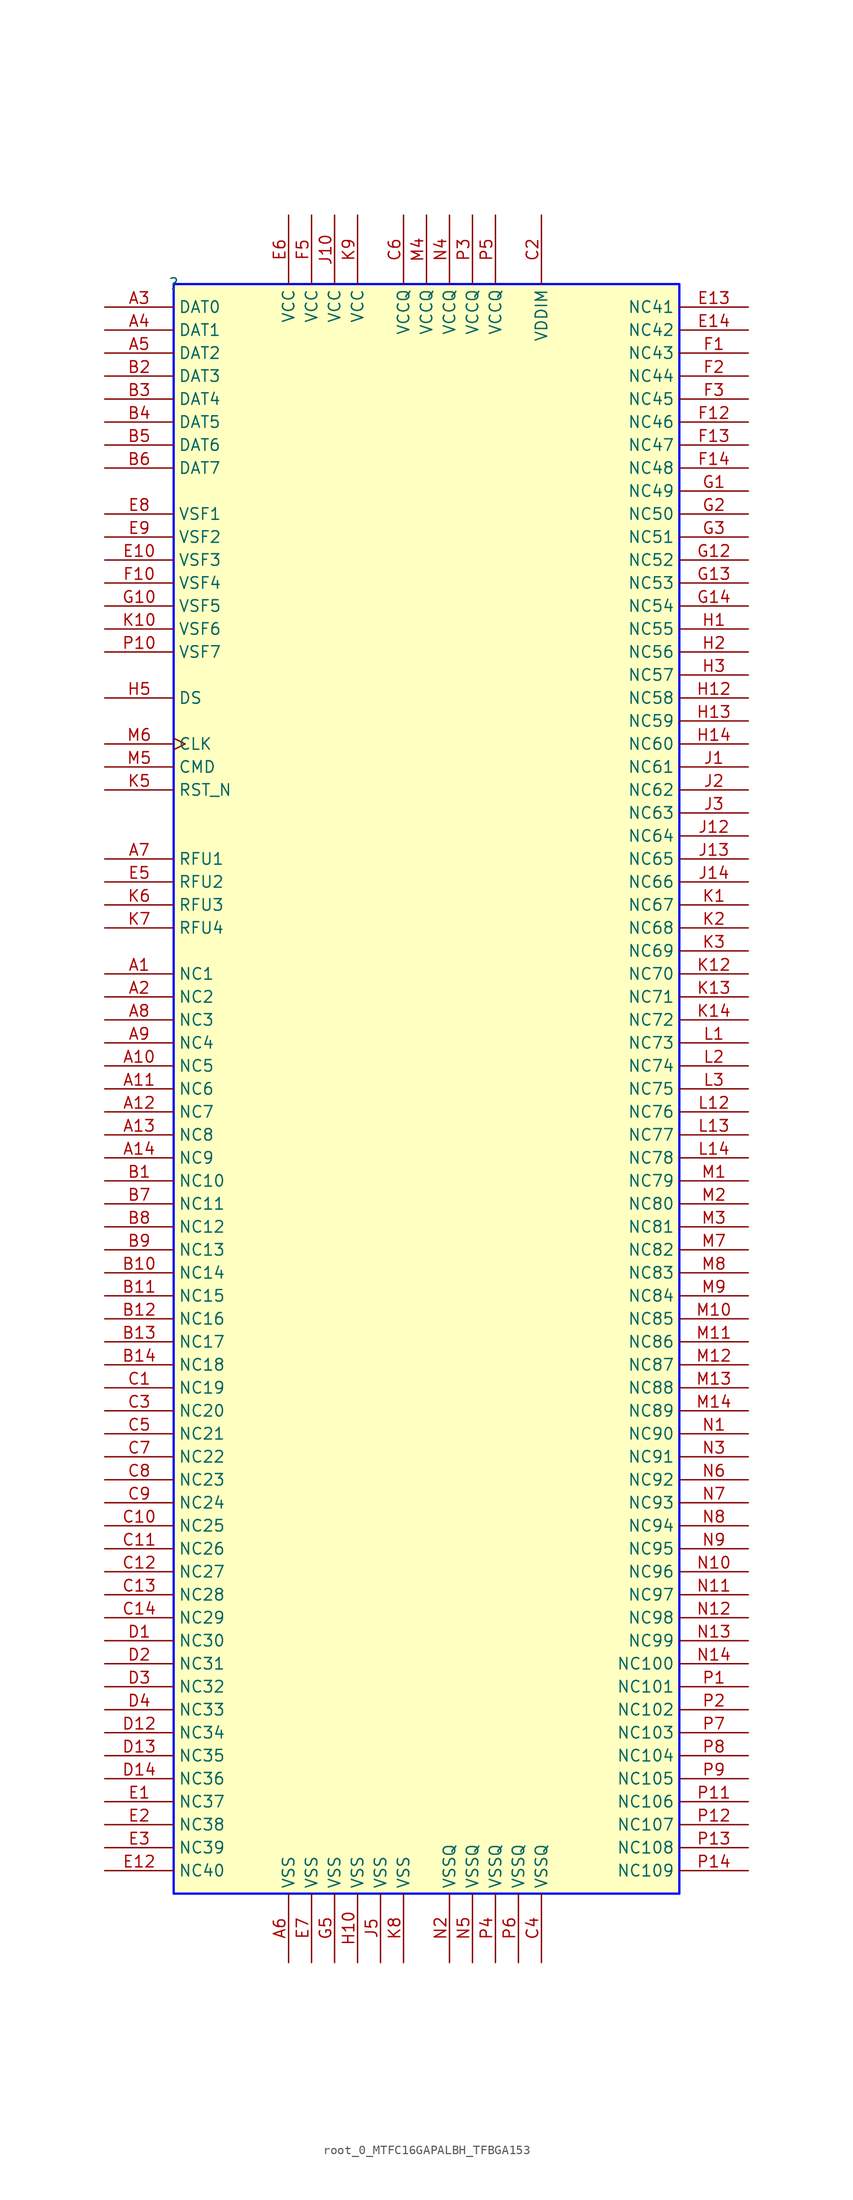
<source format=kicad_sym>
(kicad_symbol_lib
  (version 20231120)
  (generator "kicad_symbol_editor")
  (generator_version "8.0")
  (symbol "root_0_MTFC16GAPALBH_TFBGA153"
    (property "Reference" ""
      (at 0 0 0)
      (effects (font (size 1.27 1.27))))
    (property "Value" ""
      (at 0 0 0)
      (effects (font (size 1.27 1.27))))
    (symbol "root_0_MTFC16GAPALBH_TFBGA153_1_0"
      (rectangle (start 55.88 0) (end 0 -177.8) (stroke (width 0.254) (type solid) (color 0 11 255 1)) (fill (type background)))
      (pin passive line (at -7.62 -76.2 0) (length 7.62) (name "NC1" (effects (font (size 1.27 1.27)))) (number "A1" (effects (font (size 1.27 1.27)))))
      (pin passive line (at -7.62 -86.36 0) (length 7.62) (name "NC5" (effects (font (size 1.27 1.27)))) (number "A10" (effects (font (size 1.27 1.27)))))
      (pin passive line (at -7.62 -88.9 0) (length 7.62) (name "NC6" (effects (font (size 1.27 1.27)))) (number "A11" (effects (font (size 1.27 1.27)))))
      (pin passive line (at -7.62 -91.44 0) (length 7.62) (name "NC7" (effects (font (size 1.27 1.27)))) (number "A12" (effects (font (size 1.27 1.27)))))
      (pin passive line (at -7.62 -93.98 0) (length 7.62) (name "NC8" (effects (font (size 1.27 1.27)))) (number "A13" (effects (font (size 1.27 1.27)))))
      (pin passive line (at -7.62 -96.52 0) (length 7.62) (name "NC9" (effects (font (size 1.27 1.27)))) (number "A14" (effects (font (size 1.27 1.27)))))
      (pin passive line (at -7.62 -78.74 0) (length 7.62) (name "NC2" (effects (font (size 1.27 1.27)))) (number "A2" (effects (font (size 1.27 1.27)))))
      (pin bidirectional line (at -7.62 -2.54 0) (length 7.62) (name "DAT0" (effects (font (size 1.27 1.27)))) (number "A3" (effects (font (size 1.27 1.27)))))
      (pin bidirectional line (at -7.62 -5.08 0) (length 7.62) (name "DAT1" (effects (font (size 1.27 1.27)))) (number "A4" (effects (font (size 1.27 1.27)))))
      (pin bidirectional line (at -7.62 -7.62 0) (length 7.62) (name "DAT2" (effects (font (size 1.27 1.27)))) (number "A5" (effects (font (size 1.27 1.27)))))
      (pin power_in line (at 12.7 -185.42 90) (length 7.62) (name "VSS" (effects (font (size 1.27 1.27)))) (number "A6" (effects (font (size 1.27 1.27)))))
      (pin passive line (at -7.62 -63.5 0) (length 7.62) (name "RFU1" (effects (font (size 1.27 1.27)))) (number "A7" (effects (font (size 1.27 1.27)))))
      (pin passive line (at -7.62 -81.28 0) (length 7.62) (name "NC3" (effects (font (size 1.27 1.27)))) (number "A8" (effects (font (size 1.27 1.27)))))
      (pin passive line (at -7.62 -83.82 0) (length 7.62) (name "NC4" (effects (font (size 1.27 1.27)))) (number "A9" (effects (font (size 1.27 1.27)))))
      (pin passive line (at -7.62 -99.06 0) (length 7.62) (name "NC10" (effects (font (size 1.27 1.27)))) (number "B1" (effects (font (size 1.27 1.27)))))
      (pin passive line (at -7.62 -109.22 0) (length 7.62) (name "NC14" (effects (font (size 1.27 1.27)))) (number "B10" (effects (font (size 1.27 1.27)))))
      (pin passive line (at -7.62 -111.76 0) (length 7.62) (name "NC15" (effects (font (size 1.27 1.27)))) (number "B11" (effects (font (size 1.27 1.27)))))
      (pin passive line (at -7.62 -114.3 0) (length 7.62) (name "NC16" (effects (font (size 1.27 1.27)))) (number "B12" (effects (font (size 1.27 1.27)))))
      (pin passive line (at -7.62 -116.84 0) (length 7.62) (name "NC17" (effects (font (size 1.27 1.27)))) (number "B13" (effects (font (size 1.27 1.27)))))
      (pin passive line (at -7.62 -119.38 0) (length 7.62) (name "NC18" (effects (font (size 1.27 1.27)))) (number "B14" (effects (font (size 1.27 1.27)))))
      (pin bidirectional line (at -7.62 -10.16 0) (length 7.62) (name "DAT3" (effects (font (size 1.27 1.27)))) (number "B2" (effects (font (size 1.27 1.27)))))
      (pin bidirectional line (at -7.62 -12.7 0) (length 7.62) (name "DAT4" (effects (font (size 1.27 1.27)))) (number "B3" (effects (font (size 1.27 1.27)))))
      (pin bidirectional line (at -7.62 -15.24 0) (length 7.62) (name "DAT5" (effects (font (size 1.27 1.27)))) (number "B4" (effects (font (size 1.27 1.27)))))
      (pin bidirectional line (at -7.62 -17.78 0) (length 7.62) (name "DAT6" (effects (font (size 1.27 1.27)))) (number "B5" (effects (font (size 1.27 1.27)))))
      (pin bidirectional line (at -7.62 -20.32 0) (length 7.62) (name "DAT7" (effects (font (size 1.27 1.27)))) (number "B6" (effects (font (size 1.27 1.27)))))
      (pin passive line (at -7.62 -101.6 0) (length 7.62) (name "NC11" (effects (font (size 1.27 1.27)))) (number "B7" (effects (font (size 1.27 1.27)))))
      (pin passive line (at -7.62 -104.14 0) (length 7.62) (name "NC12" (effects (font (size 1.27 1.27)))) (number "B8" (effects (font (size 1.27 1.27)))))
      (pin passive line (at -7.62 -106.68 0) (length 7.62) (name "NC13" (effects (font (size 1.27 1.27)))) (number "B9" (effects (font (size 1.27 1.27)))))
      (pin passive line (at -7.62 -121.92 0) (length 7.62) (name "NC19" (effects (font (size 1.27 1.27)))) (number "C1" (effects (font (size 1.27 1.27)))))
      (pin passive line (at -7.62 -137.16 0) (length 7.62) (name "NC25" (effects (font (size 1.27 1.27)))) (number "C10" (effects (font (size 1.27 1.27)))))
      (pin passive line (at -7.62 -139.7 0) (length 7.62) (name "NC26" (effects (font (size 1.27 1.27)))) (number "C11" (effects (font (size 1.27 1.27)))))
      (pin passive line (at -7.62 -142.24 0) (length 7.62) (name "NC27" (effects (font (size 1.27 1.27)))) (number "C12" (effects (font (size 1.27 1.27)))))
      (pin passive line (at -7.62 -144.78 0) (length 7.62) (name "NC28" (effects (font (size 1.27 1.27)))) (number "C13" (effects (font (size 1.27 1.27)))))
      (pin passive line (at -7.62 -147.32 0) (length 7.62) (name "NC29" (effects (font (size 1.27 1.27)))) (number "C14" (effects (font (size 1.27 1.27)))))
      (pin power_in line (at 40.64 7.62 270) (length 7.62) (name "VDDIM" (effects (font (size 1.27 1.27)))) (number "C2" (effects (font (size 1.27 1.27)))))
      (pin passive line (at -7.62 -124.46 0) (length 7.62) (name "NC20" (effects (font (size 1.27 1.27)))) (number "C3" (effects (font (size 1.27 1.27)))))
      (pin power_in line (at 40.64 -185.42 90) (length 7.62) (name "VSSQ" (effects (font (size 1.27 1.27)))) (number "C4" (effects (font (size 1.27 1.27)))))
      (pin passive line (at -7.62 -127 0) (length 7.62) (name "NC21" (effects (font (size 1.27 1.27)))) (number "C5" (effects (font (size 1.27 1.27)))))
      (pin power_in line (at 25.4 7.62 270) (length 7.62) (name "VCCQ" (effects (font (size 1.27 1.27)))) (number "C6" (effects (font (size 1.27 1.27)))))
      (pin passive line (at -7.62 -129.54 0) (length 7.62) (name "NC22" (effects (font (size 1.27 1.27)))) (number "C7" (effects (font (size 1.27 1.27)))))
      (pin passive line (at -7.62 -132.08 0) (length 7.62) (name "NC23" (effects (font (size 1.27 1.27)))) (number "C8" (effects (font (size 1.27 1.27)))))
      (pin passive line (at -7.62 -134.62 0) (length 7.62) (name "NC24" (effects (font (size 1.27 1.27)))) (number "C9" (effects (font (size 1.27 1.27)))))
      (pin passive line (at -7.62 -149.86 0) (length 7.62) (name "NC30" (effects (font (size 1.27 1.27)))) (number "D1" (effects (font (size 1.27 1.27)))))
      (pin passive line (at -7.62 -160.02 0) (length 7.62) (name "NC34" (effects (font (size 1.27 1.27)))) (number "D12" (effects (font (size 1.27 1.27)))))
      (pin passive line (at -7.62 -162.56 0) (length 7.62) (name "NC35" (effects (font (size 1.27 1.27)))) (number "D13" (effects (font (size 1.27 1.27)))))
      (pin passive line (at -7.62 -165.1 0) (length 7.62) (name "NC36" (effects (font (size 1.27 1.27)))) (number "D14" (effects (font (size 1.27 1.27)))))
      (pin passive line (at -7.62 -152.4 0) (length 7.62) (name "NC31" (effects (font (size 1.27 1.27)))) (number "D2" (effects (font (size 1.27 1.27)))))
      (pin passive line (at -7.62 -154.94 0) (length 7.62) (name "NC32" (effects (font (size 1.27 1.27)))) (number "D3" (effects (font (size 1.27 1.27)))))
      (pin passive line (at -7.62 -157.48 0) (length 7.62) (name "NC33" (effects (font (size 1.27 1.27)))) (number "D4" (effects (font (size 1.27 1.27)))))
      (pin passive line (at -7.62 -167.64 0) (length 7.62) (name "NC37" (effects (font (size 1.27 1.27)))) (number "E1" (effects (font (size 1.27 1.27)))))
      (pin passive line (at -7.62 -30.48 0) (length 7.62) (name "VSF3" (effects (font (size 1.27 1.27)))) (number "E10" (effects (font (size 1.27 1.27)))))
      (pin passive line (at -7.62 -175.26 0) (length 7.62) (name "NC40" (effects (font (size 1.27 1.27)))) (number "E12" (effects (font (size 1.27 1.27)))))
      (pin passive line (at 63.5 -2.54 180) (length 7.62) (name "NC41" (effects (font (size 1.27 1.27)))) (number "E13" (effects (font (size 1.27 1.27)))))
      (pin passive line (at 63.5 -5.08 180) (length 7.62) (name "NC42" (effects (font (size 1.27 1.27)))) (number "E14" (effects (font (size 1.27 1.27)))))
      (pin passive line (at -7.62 -170.18 0) (length 7.62) (name "NC38" (effects (font (size 1.27 1.27)))) (number "E2" (effects (font (size 1.27 1.27)))))
      (pin passive line (at -7.62 -172.72 0) (length 7.62) (name "NC39" (effects (font (size 1.27 1.27)))) (number "E3" (effects (font (size 1.27 1.27)))))
      (pin passive line (at -7.62 -66.04 0) (length 7.62) (name "RFU2" (effects (font (size 1.27 1.27)))) (number "E5" (effects (font (size 1.27 1.27)))))
      (pin power_in line (at 12.7 7.62 270) (length 7.62) (name "VCC" (effects (font (size 1.27 1.27)))) (number "E6" (effects (font (size 1.27 1.27)))))
      (pin power_in line (at 15.24 -185.42 90) (length 7.62) (name "VSS" (effects (font (size 1.27 1.27)))) (number "E7" (effects (font (size 1.27 1.27)))))
      (pin passive line (at -7.62 -25.4 0) (length 7.62) (name "VSF1" (effects (font (size 1.27 1.27)))) (number "E8" (effects (font (size 1.27 1.27)))))
      (pin passive line (at -7.62 -27.94 0) (length 7.62) (name "VSF2" (effects (font (size 1.27 1.27)))) (number "E9" (effects (font (size 1.27 1.27)))))
      (pin passive line (at 63.5 -7.62 180) (length 7.62) (name "NC43" (effects (font (size 1.27 1.27)))) (number "F1" (effects (font (size 1.27 1.27)))))
      (pin passive line (at -7.62 -33.02 0) (length 7.62) (name "VSF4" (effects (font (size 1.27 1.27)))) (number "F10" (effects (font (size 1.27 1.27)))))
      (pin passive line (at 63.5 -15.24 180) (length 7.62) (name "NC46" (effects (font (size 1.27 1.27)))) (number "F12" (effects (font (size 1.27 1.27)))))
      (pin passive line (at 63.5 -17.78 180) (length 7.62) (name "NC47" (effects (font (size 1.27 1.27)))) (number "F13" (effects (font (size 1.27 1.27)))))
      (pin passive line (at 63.5 -20.32 180) (length 7.62) (name "NC48" (effects (font (size 1.27 1.27)))) (number "F14" (effects (font (size 1.27 1.27)))))
      (pin passive line (at 63.5 -10.16 180) (length 7.62) (name "NC44" (effects (font (size 1.27 1.27)))) (number "F2" (effects (font (size 1.27 1.27)))))
      (pin passive line (at 63.5 -12.7 180) (length 7.62) (name "NC45" (effects (font (size 1.27 1.27)))) (number "F3" (effects (font (size 1.27 1.27)))))
      (pin power_in line (at 15.24 7.62 270) (length 7.62) (name "VCC" (effects (font (size 1.27 1.27)))) (number "F5" (effects (font (size 1.27 1.27)))))
      (pin passive line (at 63.5 -22.86 180) (length 7.62) (name "NC49" (effects (font (size 1.27 1.27)))) (number "G1" (effects (font (size 1.27 1.27)))))
      (pin passive line (at -7.62 -35.56 0) (length 7.62) (name "VSF5" (effects (font (size 1.27 1.27)))) (number "G10" (effects (font (size 1.27 1.27)))))
      (pin passive line (at 63.5 -30.48 180) (length 7.62) (name "NC52" (effects (font (size 1.27 1.27)))) (number "G12" (effects (font (size 1.27 1.27)))))
      (pin passive line (at 63.5 -33.02 180) (length 7.62) (name "NC53" (effects (font (size 1.27 1.27)))) (number "G13" (effects (font (size 1.27 1.27)))))
      (pin passive line (at 63.5 -35.56 180) (length 7.62) (name "NC54" (effects (font (size 1.27 1.27)))) (number "G14" (effects (font (size 1.27 1.27)))))
      (pin passive line (at 63.5 -25.4 180) (length 7.62) (name "NC50" (effects (font (size 1.27 1.27)))) (number "G2" (effects (font (size 1.27 1.27)))))
      (pin passive line (at 63.5 -27.94 180) (length 7.62) (name "NC51" (effects (font (size 1.27 1.27)))) (number "G3" (effects (font (size 1.27 1.27)))))
      (pin power_in line (at 17.78 -185.42 90) (length 7.62) (name "VSS" (effects (font (size 1.27 1.27)))) (number "G5" (effects (font (size 1.27 1.27)))))
      (pin passive line (at 63.5 -38.1 180) (length 7.62) (name "NC55" (effects (font (size 1.27 1.27)))) (number "H1" (effects (font (size 1.27 1.27)))))
      (pin power_in line (at 20.32 -185.42 90) (length 7.62) (name "VSS" (effects (font (size 1.27 1.27)))) (number "H10" (effects (font (size 1.27 1.27)))))
      (pin passive line (at 63.5 -45.72 180) (length 7.62) (name "NC58" (effects (font (size 1.27 1.27)))) (number "H12" (effects (font (size 1.27 1.27)))))
      (pin passive line (at 63.5 -48.26 180) (length 7.62) (name "NC59" (effects (font (size 1.27 1.27)))) (number "H13" (effects (font (size 1.27 1.27)))))
      (pin passive line (at 63.5 -50.8 180) (length 7.62) (name "NC60" (effects (font (size 1.27 1.27)))) (number "H14" (effects (font (size 1.27 1.27)))))
      (pin passive line (at 63.5 -40.64 180) (length 7.62) (name "NC56" (effects (font (size 1.27 1.27)))) (number "H2" (effects (font (size 1.27 1.27)))))
      (pin passive line (at 63.5 -43.18 180) (length 7.62) (name "NC57" (effects (font (size 1.27 1.27)))) (number "H3" (effects (font (size 1.27 1.27)))))
      (pin passive line (at -7.62 -45.72 0) (length 7.62) (name "DS" (effects (font (size 1.27 1.27)))) (number "H5" (effects (font (size 1.27 1.27)))))
      (pin passive line (at 63.5 -53.34 180) (length 7.62) (name "NC61" (effects (font (size 1.27 1.27)))) (number "J1" (effects (font (size 1.27 1.27)))))
      (pin power_in line (at 17.78 7.62 270) (length 7.62) (name "VCC" (effects (font (size 1.27 1.27)))) (number "J10" (effects (font (size 1.27 1.27)))))
      (pin passive line (at 63.5 -60.96 180) (length 7.62) (name "NC64" (effects (font (size 1.27 1.27)))) (number "J12" (effects (font (size 1.27 1.27)))))
      (pin passive line (at 63.5 -63.5 180) (length 7.62) (name "NC65" (effects (font (size 1.27 1.27)))) (number "J13" (effects (font (size 1.27 1.27)))))
      (pin passive line (at 63.5 -66.04 180) (length 7.62) (name "NC66" (effects (font (size 1.27 1.27)))) (number "J14" (effects (font (size 1.27 1.27)))))
      (pin passive line (at 63.5 -55.88 180) (length 7.62) (name "NC62" (effects (font (size 1.27 1.27)))) (number "J2" (effects (font (size 1.27 1.27)))))
      (pin passive line (at 63.5 -58.42 180) (length 7.62) (name "NC63" (effects (font (size 1.27 1.27)))) (number "J3" (effects (font (size 1.27 1.27)))))
      (pin power_in line (at 22.86 -185.42 90) (length 7.62) (name "VSS" (effects (font (size 1.27 1.27)))) (number "J5" (effects (font (size 1.27 1.27)))))
      (pin passive line (at 63.5 -68.58 180) (length 7.62) (name "NC67" (effects (font (size 1.27 1.27)))) (number "K1" (effects (font (size 1.27 1.27)))))
      (pin passive line (at -7.62 -38.1 0) (length 7.62) (name "VSF6" (effects (font (size 1.27 1.27)))) (number "K10" (effects (font (size 1.27 1.27)))))
      (pin passive line (at 63.5 -76.2 180) (length 7.62) (name "NC70" (effects (font (size 1.27 1.27)))) (number "K12" (effects (font (size 1.27 1.27)))))
      (pin passive line (at 63.5 -78.74 180) (length 7.62) (name "NC71" (effects (font (size 1.27 1.27)))) (number "K13" (effects (font (size 1.27 1.27)))))
      (pin passive line (at 63.5 -81.28 180) (length 7.62) (name "NC72" (effects (font (size 1.27 1.27)))) (number "K14" (effects (font (size 1.27 1.27)))))
      (pin passive line (at 63.5 -71.12 180) (length 7.62) (name "NC68" (effects (font (size 1.27 1.27)))) (number "K2" (effects (font (size 1.27 1.27)))))
      (pin passive line (at 63.5 -73.66 180) (length 7.62) (name "NC69" (effects (font (size 1.27 1.27)))) (number "K3" (effects (font (size 1.27 1.27)))))
      (pin passive line (at -7.62 -55.88 0) (length 7.62) (name "RST_N" (effects (font (size 1.27 1.27)))) (number "K5" (effects (font (size 1.27 1.27)))))
      (pin passive line (at -7.62 -68.58 0) (length 7.62) (name "RFU3" (effects (font (size 1.27 1.27)))) (number "K6" (effects (font (size 1.27 1.27)))))
      (pin passive line (at -7.62 -71.12 0) (length 7.62) (name "RFU4" (effects (font (size 1.27 1.27)))) (number "K7" (effects (font (size 1.27 1.27)))))
      (pin power_in line (at 25.4 -185.42 90) (length 7.62) (name "VSS" (effects (font (size 1.27 1.27)))) (number "K8" (effects (font (size 1.27 1.27)))))
      (pin power_in line (at 20.32 7.62 270) (length 7.62) (name "VCC" (effects (font (size 1.27 1.27)))) (number "K9" (effects (font (size 1.27 1.27)))))
      (pin passive line (at 63.5 -83.82 180) (length 7.62) (name "NC73" (effects (font (size 1.27 1.27)))) (number "L1" (effects (font (size 1.27 1.27)))))
      (pin passive line (at 63.5 -91.44 180) (length 7.62) (name "NC76" (effects (font (size 1.27 1.27)))) (number "L12" (effects (font (size 1.27 1.27)))))
      (pin passive line (at 63.5 -93.98 180) (length 7.62) (name "NC77" (effects (font (size 1.27 1.27)))) (number "L13" (effects (font (size 1.27 1.27)))))
      (pin passive line (at 63.5 -96.52 180) (length 7.62) (name "NC78" (effects (font (size 1.27 1.27)))) (number "L14" (effects (font (size 1.27 1.27)))))
      (pin passive line (at 63.5 -86.36 180) (length 7.62) (name "NC74" (effects (font (size 1.27 1.27)))) (number "L2" (effects (font (size 1.27 1.27)))))
      (pin passive line (at 63.5 -88.9 180) (length 7.62) (name "NC75" (effects (font (size 1.27 1.27)))) (number "L3" (effects (font (size 1.27 1.27)))))
      (pin passive line (at 63.5 -99.06 180) (length 7.62) (name "NC79" (effects (font (size 1.27 1.27)))) (number "M1" (effects (font (size 1.27 1.27)))))
      (pin passive line (at 63.5 -114.3 180) (length 7.62) (name "NC85" (effects (font (size 1.27 1.27)))) (number "M10" (effects (font (size 1.27 1.27)))))
      (pin passive line (at 63.5 -116.84 180) (length 7.62) (name "NC86" (effects (font (size 1.27 1.27)))) (number "M11" (effects (font (size 1.27 1.27)))))
      (pin passive line (at 63.5 -119.38 180) (length 7.62) (name "NC87" (effects (font (size 1.27 1.27)))) (number "M12" (effects (font (size 1.27 1.27)))))
      (pin passive line (at 63.5 -121.92 180) (length 7.62) (name "NC88" (effects (font (size 1.27 1.27)))) (number "M13" (effects (font (size 1.27 1.27)))))
      (pin passive line (at 63.5 -124.46 180) (length 7.62) (name "NC89" (effects (font (size 1.27 1.27)))) (number "M14" (effects (font (size 1.27 1.27)))))
      (pin passive line (at 63.5 -101.6 180) (length 7.62) (name "NC80" (effects (font (size 1.27 1.27)))) (number "M2" (effects (font (size 1.27 1.27)))))
      (pin passive line (at 63.5 -104.14 180) (length 7.62) (name "NC81" (effects (font (size 1.27 1.27)))) (number "M3" (effects (font (size 1.27 1.27)))))
      (pin power_in line (at 27.94 7.62 270) (length 7.62) (name "VCCQ" (effects (font (size 1.27 1.27)))) (number "M4" (effects (font (size 1.27 1.27)))))
      (pin bidirectional line (at -7.62 -53.34 0) (length 7.62) (name "CMD" (effects (font (size 1.27 1.27)))) (number "M5" (effects (font (size 1.27 1.27)))))
      (pin input clock (at -7.62 -50.8 0) (length 7.62) (name "CLK" (effects (font (size 1.27 1.27)))) (number "M6" (effects (font (size 1.27 1.27)))))
      (pin passive line (at 63.5 -106.68 180) (length 7.62) (name "NC82" (effects (font (size 1.27 1.27)))) (number "M7" (effects (font (size 1.27 1.27)))))
      (pin passive line (at 63.5 -109.22 180) (length 7.62) (name "NC83" (effects (font (size 1.27 1.27)))) (number "M8" (effects (font (size 1.27 1.27)))))
      (pin passive line (at 63.5 -111.76 180) (length 7.62) (name "NC84" (effects (font (size 1.27 1.27)))) (number "M9" (effects (font (size 1.27 1.27)))))
      (pin passive line (at 63.5 -127 180) (length 7.62) (name "NC90" (effects (font (size 1.27 1.27)))) (number "N1" (effects (font (size 1.27 1.27)))))
      (pin passive line (at 63.5 -142.24 180) (length 7.62) (name "NC96" (effects (font (size 1.27 1.27)))) (number "N10" (effects (font (size 1.27 1.27)))))
      (pin passive line (at 63.5 -144.78 180) (length 7.62) (name "NC97" (effects (font (size 1.27 1.27)))) (number "N11" (effects (font (size 1.27 1.27)))))
      (pin passive line (at 63.5 -147.32 180) (length 7.62) (name "NC98" (effects (font (size 1.27 1.27)))) (number "N12" (effects (font (size 1.27 1.27)))))
      (pin passive line (at 63.5 -149.86 180) (length 7.62) (name "NC99" (effects (font (size 1.27 1.27)))) (number "N13" (effects (font (size 1.27 1.27)))))
      (pin passive line (at 63.5 -152.4 180) (length 7.62) (name "NC100" (effects (font (size 1.27 1.27)))) (number "N14" (effects (font (size 1.27 1.27)))))
      (pin power_in line (at 30.48 -185.42 90) (length 7.62) (name "VSSQ" (effects (font (size 1.27 1.27)))) (number "N2" (effects (font (size 1.27 1.27)))))
      (pin passive line (at 63.5 -129.54 180) (length 7.62) (name "NC91" (effects (font (size 1.27 1.27)))) (number "N3" (effects (font (size 1.27 1.27)))))
      (pin power_in line (at 30.48 7.62 270) (length 7.62) (name "VCCQ" (effects (font (size 1.27 1.27)))) (number "N4" (effects (font (size 1.27 1.27)))))
      (pin power_in line (at 33.02 -185.42 90) (length 7.62) (name "VSSQ" (effects (font (size 1.27 1.27)))) (number "N5" (effects (font (size 1.27 1.27)))))
      (pin passive line (at 63.5 -132.08 180) (length 7.62) (name "NC92" (effects (font (size 1.27 1.27)))) (number "N6" (effects (font (size 1.27 1.27)))))
      (pin passive line (at 63.5 -134.62 180) (length 7.62) (name "NC93" (effects (font (size 1.27 1.27)))) (number "N7" (effects (font (size 1.27 1.27)))))
      (pin passive line (at 63.5 -137.16 180) (length 7.62) (name "NC94" (effects (font (size 1.27 1.27)))) (number "N8" (effects (font (size 1.27 1.27)))))
      (pin passive line (at 63.5 -139.7 180) (length 7.62) (name "NC95" (effects (font (size 1.27 1.27)))) (number "N9" (effects (font (size 1.27 1.27)))))
      (pin passive line (at 63.5 -154.94 180) (length 7.62) (name "NC101" (effects (font (size 1.27 1.27)))) (number "P1" (effects (font (size 1.27 1.27)))))
      (pin passive line (at -7.62 -40.64 0) (length 7.62) (name "VSF7" (effects (font (size 1.27 1.27)))) (number "P10" (effects (font (size 1.27 1.27)))))
      (pin passive line (at 63.5 -167.64 180) (length 7.62) (name "NC106" (effects (font (size 1.27 1.27)))) (number "P11" (effects (font (size 1.27 1.27)))))
      (pin passive line (at 63.5 -170.18 180) (length 7.62) (name "NC107" (effects (font (size 1.27 1.27)))) (number "P12" (effects (font (size 1.27 1.27)))))
      (pin passive line (at 63.5 -172.72 180) (length 7.62) (name "NC108" (effects (font (size 1.27 1.27)))) (number "P13" (effects (font (size 1.27 1.27)))))
      (pin passive line (at 63.5 -175.26 180) (length 7.62) (name "NC109" (effects (font (size 1.27 1.27)))) (number "P14" (effects (font (size 1.27 1.27)))))
      (pin passive line (at 63.5 -157.48 180) (length 7.62) (name "NC102" (effects (font (size 1.27 1.27)))) (number "P2" (effects (font (size 1.27 1.27)))))
      (pin power_in line (at 33.02 7.62 270) (length 7.62) (name "VCCQ" (effects (font (size 1.27 1.27)))) (number "P3" (effects (font (size 1.27 1.27)))))
      (pin power_in line (at 35.56 -185.42 90) (length 7.62) (name "VSSQ" (effects (font (size 1.27 1.27)))) (number "P4" (effects (font (size 1.27 1.27)))))
      (pin power_in line (at 35.56 7.62 270) (length 7.62) (name "VCCQ" (effects (font (size 1.27 1.27)))) (number "P5" (effects (font (size 1.27 1.27)))))
      (pin power_in line (at 38.1 -185.42 90) (length 7.62) (name "VSSQ" (effects (font (size 1.27 1.27)))) (number "P6" (effects (font (size 1.27 1.27)))))
      (pin passive line (at 63.5 -160.02 180) (length 7.62) (name "NC103" (effects (font (size 1.27 1.27)))) (number "P7" (effects (font (size 1.27 1.27)))))
      (pin passive line (at 63.5 -162.56 180) (length 7.62) (name "NC104" (effects (font (size 1.27 1.27)))) (number "P8" (effects (font (size 1.27 1.27)))))
      (pin passive line (at 63.5 -165.1 180) (length 7.62) (name "NC105" (effects (font (size 1.27 1.27)))) (number "P9" (effects (font (size 1.27 1.27))))))))
</source>
